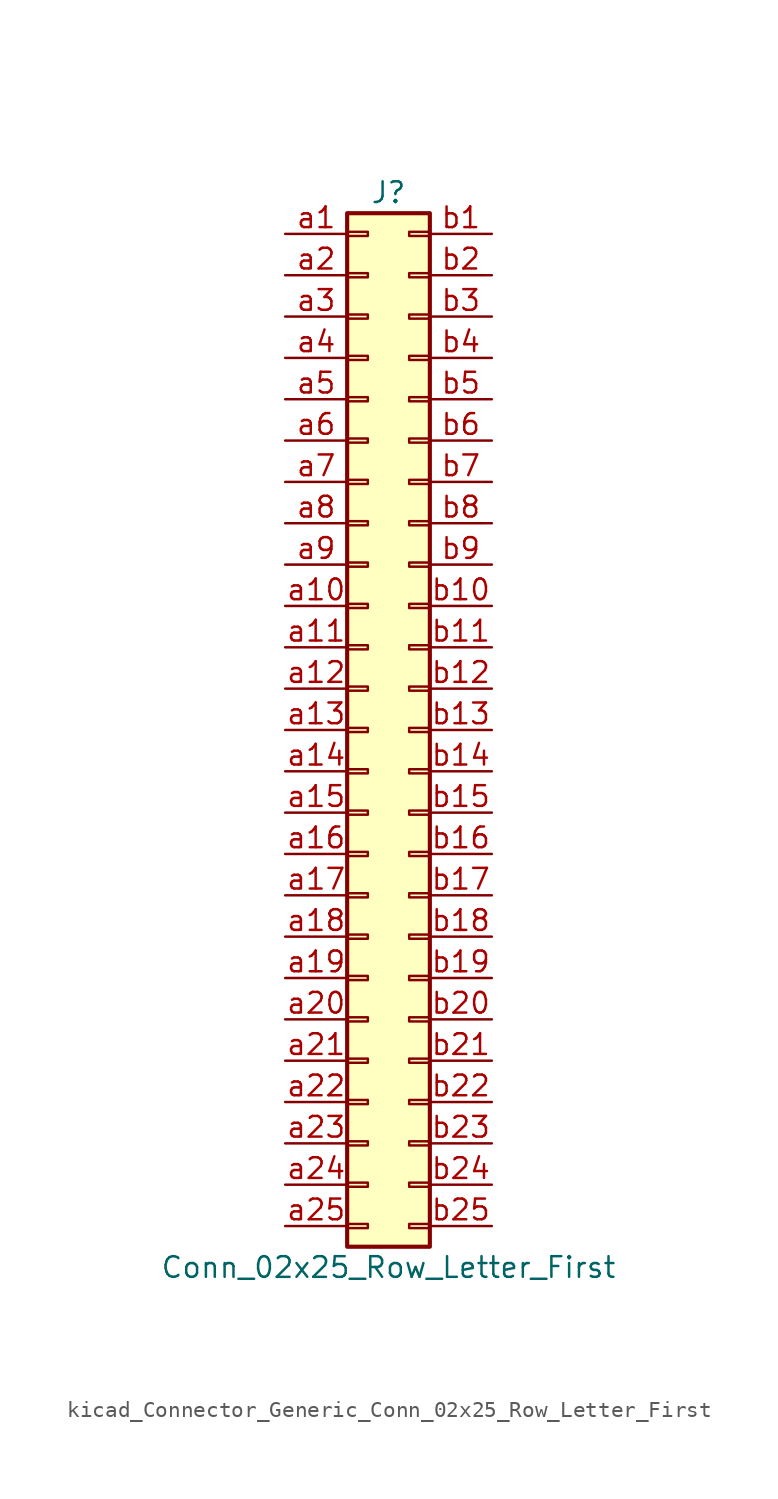
<source format=kicad_sym>
(kicad_symbol_lib
  (version 20220914)
  (generator kicad_symbol_editor)
  (symbol "kicad_Connector_Generic_Conn_02x25_Row_Letter_First"
    (pin_names
      (offset 1.016) hide)
    (property "Reference" "J"
      (at 1.27 33.02 0)
      (effects (font (size 1.27 1.27))))
    (property "Value" "Conn_02x25_Row_Letter_First"
      (at 1.27 -33.02 0)
      (effects (font (size 1.27 1.27))))
    (symbol "kicad_Connector_Generic_Conn_02x25_Row_Letter_First_1_1"
      (rectangle (start -1.27 -30.353) (end 0 -30.607) (stroke (width 0.152) (type default)) (fill (type none)))
      (rectangle (start -1.27 -27.813) (end 0 -28.067) (stroke (width 0.152) (type default)) (fill (type none)))
      (rectangle (start -1.27 -25.273) (end 0 -25.527) (stroke (width 0.152) (type default)) (fill (type none)))
      (rectangle (start -1.27 -22.733) (end 0 -22.987) (stroke (width 0.152) (type default)) (fill (type none)))
      (rectangle (start -1.27 -20.193) (end 0 -20.447) (stroke (width 0.152) (type default)) (fill (type none)))
      (rectangle (start -1.27 -17.653) (end 0 -17.907) (stroke (width 0.152) (type default)) (fill (type none)))
      (rectangle (start -1.27 -15.113) (end 0 -15.367) (stroke (width 0.152) (type default)) (fill (type none)))
      (rectangle (start -1.27 -12.573) (end 0 -12.827) (stroke (width 0.152) (type default)) (fill (type none)))
      (rectangle (start -1.27 -10.033) (end 0 -10.287) (stroke (width 0.152) (type default)) (fill (type none)))
      (rectangle (start -1.27 -7.493) (end 0 -7.747) (stroke (width 0.152) (type default)) (fill (type none)))
      (rectangle (start -1.27 -4.953) (end 0 -5.207) (stroke (width 0.152) (type default)) (fill (type none)))
      (rectangle (start -1.27 -2.413) (end 0 -2.667) (stroke (width 0.152) (type default)) (fill (type none)))
      (rectangle (start -1.27 0.127) (end 0 -0.127) (stroke (width 0.152) (type default)) (fill (type none)))
      (rectangle (start -1.27 2.667) (end 0 2.413) (stroke (width 0.152) (type default)) (fill (type none)))
      (rectangle (start -1.27 5.207) (end 0 4.953) (stroke (width 0.152) (type default)) (fill (type none)))
      (rectangle (start -1.27 7.747) (end 0 7.493) (stroke (width 0.152) (type default)) (fill (type none)))
      (rectangle (start -1.27 10.287) (end 0 10.033) (stroke (width 0.152) (type default)) (fill (type none)))
      (rectangle (start -1.27 12.827) (end 0 12.573) (stroke (width 0.152) (type default)) (fill (type none)))
      (rectangle (start -1.27 15.367) (end 0 15.113) (stroke (width 0.152) (type default)) (fill (type none)))
      (rectangle (start -1.27 17.907) (end 0 17.653) (stroke (width 0.152) (type default)) (fill (type none)))
      (rectangle (start -1.27 20.447) (end 0 20.193) (stroke (width 0.152) (type default)) (fill (type none)))
      (rectangle (start -1.27 22.987) (end 0 22.733) (stroke (width 0.152) (type default)) (fill (type none)))
      (rectangle (start -1.27 25.527) (end 0 25.273) (stroke (width 0.152) (type default)) (fill (type none)))
      (rectangle (start -1.27 28.067) (end 0 27.813) (stroke (width 0.152) (type default)) (fill (type none)))
      (rectangle (start -1.27 30.607) (end 0 30.353) (stroke (width 0.152) (type default)) (fill (type none)))
      (rectangle (start -1.27 31.75) (end 3.81 -31.75) (stroke (width 0.254) (type default)) (fill (type background)))
      (rectangle (start 3.81 -30.353) (end 2.54 -30.607) (stroke (width 0.152) (type default)) (fill (type none)))
      (rectangle (start 3.81 -27.813) (end 2.54 -28.067) (stroke (width 0.152) (type default)) (fill (type none)))
      (rectangle (start 3.81 -25.273) (end 2.54 -25.527) (stroke (width 0.152) (type default)) (fill (type none)))
      (rectangle (start 3.81 -22.733) (end 2.54 -22.987) (stroke (width 0.152) (type default)) (fill (type none)))
      (rectangle (start 3.81 -20.193) (end 2.54 -20.447) (stroke (width 0.152) (type default)) (fill (type none)))
      (rectangle (start 3.81 -17.653) (end 2.54 -17.907) (stroke (width 0.152) (type default)) (fill (type none)))
      (rectangle (start 3.81 -15.113) (end 2.54 -15.367) (stroke (width 0.152) (type default)) (fill (type none)))
      (rectangle (start 3.81 -12.573) (end 2.54 -12.827) (stroke (width 0.152) (type default)) (fill (type none)))
      (rectangle (start 3.81 -10.033) (end 2.54 -10.287) (stroke (width 0.152) (type default)) (fill (type none)))
      (rectangle (start 3.81 -7.493) (end 2.54 -7.747) (stroke (width 0.152) (type default)) (fill (type none)))
      (rectangle (start 3.81 -4.953) (end 2.54 -5.207) (stroke (width 0.152) (type default)) (fill (type none)))
      (rectangle (start 3.81 -2.413) (end 2.54 -2.667) (stroke (width 0.152) (type default)) (fill (type none)))
      (rectangle (start 3.81 0.127) (end 2.54 -0.127) (stroke (width 0.152) (type default)) (fill (type none)))
      (rectangle (start 3.81 2.667) (end 2.54 2.413) (stroke (width 0.152) (type default)) (fill (type none)))
      (rectangle (start 3.81 5.207) (end 2.54 4.953) (stroke (width 0.152) (type default)) (fill (type none)))
      (rectangle (start 3.81 7.747) (end 2.54 7.493) (stroke (width 0.152) (type default)) (fill (type none)))
      (rectangle (start 3.81 10.287) (end 2.54 10.033) (stroke (width 0.152) (type default)) (fill (type none)))
      (rectangle (start 3.81 12.827) (end 2.54 12.573) (stroke (width 0.152) (type default)) (fill (type none)))
      (rectangle (start 3.81 15.367) (end 2.54 15.113) (stroke (width 0.152) (type default)) (fill (type none)))
      (rectangle (start 3.81 17.907) (end 2.54 17.653) (stroke (width 0.152) (type default)) (fill (type none)))
      (rectangle (start 3.81 20.447) (end 2.54 20.193) (stroke (width 0.152) (type default)) (fill (type none)))
      (rectangle (start 3.81 22.987) (end 2.54 22.733) (stroke (width 0.152) (type default)) (fill (type none)))
      (rectangle (start 3.81 25.527) (end 2.54 25.273) (stroke (width 0.152) (type default)) (fill (type none)))
      (rectangle (start 3.81 28.067) (end 2.54 27.813) (stroke (width 0.152) (type default)) (fill (type none)))
      (rectangle (start 3.81 30.607) (end 2.54 30.353) (stroke (width 0.152) (type default)) (fill (type none)))
      (pin passive line (at -5.08 30.48 0) (length 3.81) (name "Pin_a1" (effects (font (size 1.27 1.27)))) (number "a1" (effects (font (size 1.27 1.27)))))
      (pin passive line (at -5.08 7.62 0) (length 3.81) (name "Pin_a10" (effects (font (size 1.27 1.27)))) (number "a10" (effects (font (size 1.27 1.27)))))
      (pin passive line (at -5.08 5.08 0) (length 3.81) (name "Pin_a11" (effects (font (size 1.27 1.27)))) (number "a11" (effects (font (size 1.27 1.27)))))
      (pin passive line (at -5.08 2.54 0) (length 3.81) (name "Pin_a12" (effects (font (size 1.27 1.27)))) (number "a12" (effects (font (size 1.27 1.27)))))
      (pin passive line (at -5.08 0 0) (length 3.81) (name "Pin_a13" (effects (font (size 1.27 1.27)))) (number "a13" (effects (font (size 1.27 1.27)))))
      (pin passive line (at -5.08 -2.54 0) (length 3.81) (name "Pin_a14" (effects (font (size 1.27 1.27)))) (number "a14" (effects (font (size 1.27 1.27)))))
      (pin passive line (at -5.08 -5.08 0) (length 3.81) (name "Pin_a15" (effects (font (size 1.27 1.27)))) (number "a15" (effects (font (size 1.27 1.27)))))
      (pin passive line (at -5.08 -7.62 0) (length 3.81) (name "Pin_a16" (effects (font (size 1.27 1.27)))) (number "a16" (effects (font (size 1.27 1.27)))))
      (pin passive line (at -5.08 -10.16 0) (length 3.81) (name "Pin_a17" (effects (font (size 1.27 1.27)))) (number "a17" (effects (font (size 1.27 1.27)))))
      (pin passive line (at -5.08 -12.7 0) (length 3.81) (name "Pin_a18" (effects (font (size 1.27 1.27)))) (number "a18" (effects (font (size 1.27 1.27)))))
      (pin passive line (at -5.08 -15.24 0) (length 3.81) (name "Pin_a19" (effects (font (size 1.27 1.27)))) (number "a19" (effects (font (size 1.27 1.27)))))
      (pin passive line (at -5.08 27.94 0) (length 3.81) (name "Pin_a2" (effects (font (size 1.27 1.27)))) (number "a2" (effects (font (size 1.27 1.27)))))
      (pin passive line (at -5.08 -17.78 0) (length 3.81) (name "Pin_a20" (effects (font (size 1.27 1.27)))) (number "a20" (effects (font (size 1.27 1.27)))))
      (pin passive line (at -5.08 -20.32 0) (length 3.81) (name "Pin_a21" (effects (font (size 1.27 1.27)))) (number "a21" (effects (font (size 1.27 1.27)))))
      (pin passive line (at -5.08 -22.86 0) (length 3.81) (name "Pin_a22" (effects (font (size 1.27 1.27)))) (number "a22" (effects (font (size 1.27 1.27)))))
      (pin passive line (at -5.08 -25.4 0) (length 3.81) (name "Pin_a23" (effects (font (size 1.27 1.27)))) (number "a23" (effects (font (size 1.27 1.27)))))
      (pin passive line (at -5.08 -27.94 0) (length 3.81) (name "Pin_a24" (effects (font (size 1.27 1.27)))) (number "a24" (effects (font (size 1.27 1.27)))))
      (pin passive line (at -5.08 -30.48 0) (length 3.81) (name "Pin_a25" (effects (font (size 1.27 1.27)))) (number "a25" (effects (font (size 1.27 1.27)))))
      (pin passive line (at -5.08 25.4 0) (length 3.81) (name "Pin_a3" (effects (font (size 1.27 1.27)))) (number "a3" (effects (font (size 1.27 1.27)))))
      (pin passive line (at -5.08 22.86 0) (length 3.81) (name "Pin_a4" (effects (font (size 1.27 1.27)))) (number "a4" (effects (font (size 1.27 1.27)))))
      (pin passive line (at -5.08 20.32 0) (length 3.81) (name "Pin_a5" (effects (font (size 1.27 1.27)))) (number "a5" (effects (font (size 1.27 1.27)))))
      (pin passive line (at -5.08 17.78 0) (length 3.81) (name "Pin_a6" (effects (font (size 1.27 1.27)))) (number "a6" (effects (font (size 1.27 1.27)))))
      (pin passive line (at -5.08 15.24 0) (length 3.81) (name "Pin_a7" (effects (font (size 1.27 1.27)))) (number "a7" (effects (font (size 1.27 1.27)))))
      (pin passive line (at -5.08 12.7 0) (length 3.81) (name "Pin_a8" (effects (font (size 1.27 1.27)))) (number "a8" (effects (font (size 1.27 1.27)))))
      (pin passive line (at -5.08 10.16 0) (length 3.81) (name "Pin_a9" (effects (font (size 1.27 1.27)))) (number "a9" (effects (font (size 1.27 1.27)))))
      (pin passive line (at 7.62 30.48 180) (length 3.81) (name "Pin_b1" (effects (font (size 1.27 1.27)))) (number "b1" (effects (font (size 1.27 1.27)))))
      (pin passive line (at 7.62 7.62 180) (length 3.81) (name "Pin_b10" (effects (font (size 1.27 1.27)))) (number "b10" (effects (font (size 1.27 1.27)))))
      (pin passive line (at 7.62 5.08 180) (length 3.81) (name "Pin_b11" (effects (font (size 1.27 1.27)))) (number "b11" (effects (font (size 1.27 1.27)))))
      (pin passive line (at 7.62 2.54 180) (length 3.81) (name "Pin_b12" (effects (font (size 1.27 1.27)))) (number "b12" (effects (font (size 1.27 1.27)))))
      (pin passive line (at 7.62 0 180) (length 3.81) (name "Pin_b13" (effects (font (size 1.27 1.27)))) (number "b13" (effects (font (size 1.27 1.27)))))
      (pin passive line (at 7.62 -2.54 180) (length 3.81) (name "Pin_b14" (effects (font (size 1.27 1.27)))) (number "b14" (effects (font (size 1.27 1.27)))))
      (pin passive line (at 7.62 -5.08 180) (length 3.81) (name "Pin_b15" (effects (font (size 1.27 1.27)))) (number "b15" (effects (font (size 1.27 1.27)))))
      (pin passive line (at 7.62 -7.62 180) (length 3.81) (name "Pin_b16" (effects (font (size 1.27 1.27)))) (number "b16" (effects (font (size 1.27 1.27)))))
      (pin passive line (at 7.62 -10.16 180) (length 3.81) (name "Pin_b17" (effects (font (size 1.27 1.27)))) (number "b17" (effects (font (size 1.27 1.27)))))
      (pin passive line (at 7.62 -12.7 180) (length 3.81) (name "Pin_b18" (effects (font (size 1.27 1.27)))) (number "b18" (effects (font (size 1.27 1.27)))))
      (pin passive line (at 7.62 -15.24 180) (length 3.81) (name "Pin_b19" (effects (font (size 1.27 1.27)))) (number "b19" (effects (font (size 1.27 1.27)))))
      (pin passive line (at 7.62 27.94 180) (length 3.81) (name "Pin_b2" (effects (font (size 1.27 1.27)))) (number "b2" (effects (font (size 1.27 1.27)))))
      (pin passive line (at 7.62 -17.78 180) (length 3.81) (name "Pin_b20" (effects (font (size 1.27 1.27)))) (number "b20" (effects (font (size 1.27 1.27)))))
      (pin passive line (at 7.62 -20.32 180) (length 3.81) (name "Pin_b21" (effects (font (size 1.27 1.27)))) (number "b21" (effects (font (size 1.27 1.27)))))
      (pin passive line (at 7.62 -22.86 180) (length 3.81) (name "Pin_b22" (effects (font (size 1.27 1.27)))) (number "b22" (effects (font (size 1.27 1.27)))))
      (pin passive line (at 7.62 -25.4 180) (length 3.81) (name "Pin_b23" (effects (font (size 1.27 1.27)))) (number "b23" (effects (font (size 1.27 1.27)))))
      (pin passive line (at 7.62 -27.94 180) (length 3.81) (name "Pin_b24" (effects (font (size 1.27 1.27)))) (number "b24" (effects (font (size 1.27 1.27)))))
      (pin passive line (at 7.62 -30.48 180) (length 3.81) (name "Pin_b25" (effects (font (size 1.27 1.27)))) (number "b25" (effects (font (size 1.27 1.27)))))
      (pin passive line (at 7.62 25.4 180) (length 3.81) (name "Pin_b3" (effects (font (size 1.27 1.27)))) (number "b3" (effects (font (size 1.27 1.27)))))
      (pin passive line (at 7.62 22.86 180) (length 3.81) (name "Pin_b4" (effects (font (size 1.27 1.27)))) (number "b4" (effects (font (size 1.27 1.27)))))
      (pin passive line (at 7.62 20.32 180) (length 3.81) (name "Pin_b5" (effects (font (size 1.27 1.27)))) (number "b5" (effects (font (size 1.27 1.27)))))
      (pin passive line (at 7.62 17.78 180) (length 3.81) (name "Pin_b6" (effects (font (size 1.27 1.27)))) (number "b6" (effects (font (size 1.27 1.27)))))
      (pin passive line (at 7.62 15.24 180) (length 3.81) (name "Pin_b7" (effects (font (size 1.27 1.27)))) (number "b7" (effects (font (size 1.27 1.27)))))
      (pin passive line (at 7.62 12.7 180) (length 3.81) (name "Pin_b8" (effects (font (size 1.27 1.27)))) (number "b8" (effects (font (size 1.27 1.27)))))
      (pin passive line (at 7.62 10.16 180) (length 3.81) (name "Pin_b9" (effects (font (size 1.27 1.27)))) (number "b9" (effects (font (size 1.27 1.27))))))))
</source>
